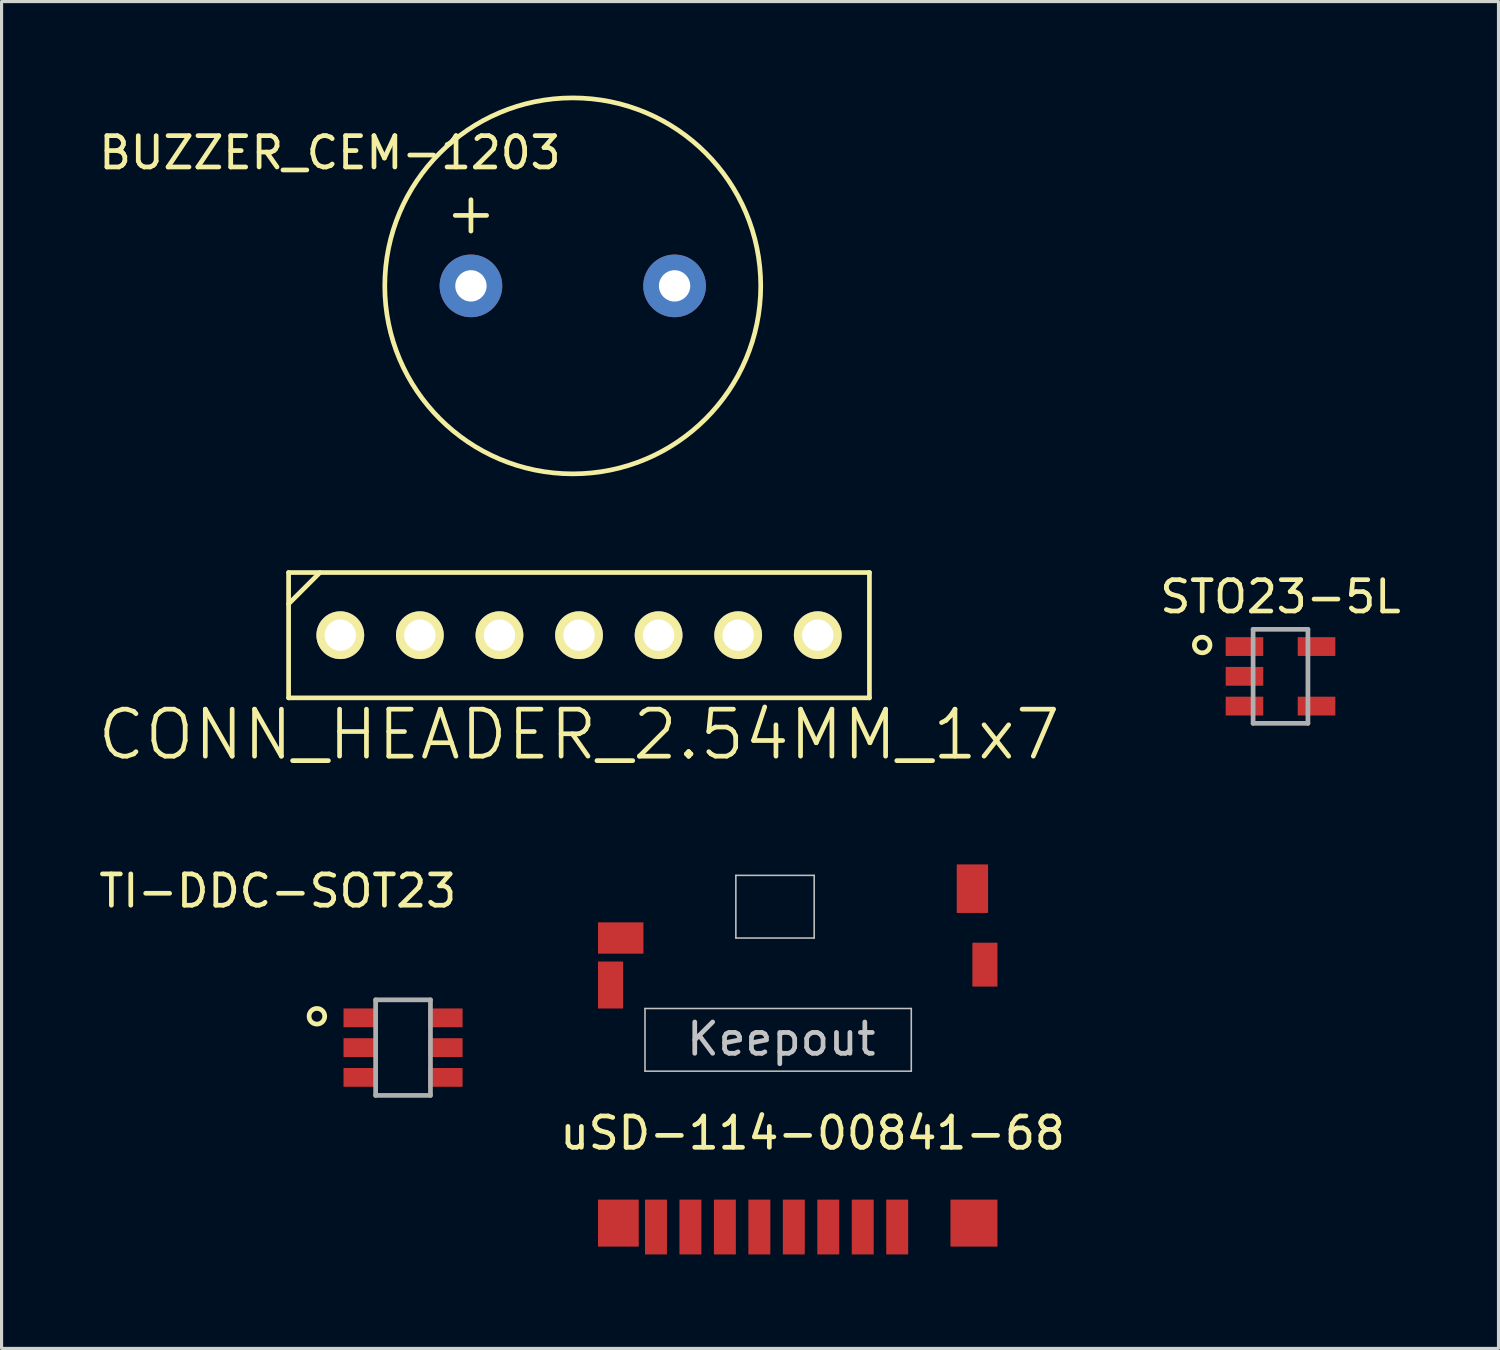
<source format=kicad_pcb>
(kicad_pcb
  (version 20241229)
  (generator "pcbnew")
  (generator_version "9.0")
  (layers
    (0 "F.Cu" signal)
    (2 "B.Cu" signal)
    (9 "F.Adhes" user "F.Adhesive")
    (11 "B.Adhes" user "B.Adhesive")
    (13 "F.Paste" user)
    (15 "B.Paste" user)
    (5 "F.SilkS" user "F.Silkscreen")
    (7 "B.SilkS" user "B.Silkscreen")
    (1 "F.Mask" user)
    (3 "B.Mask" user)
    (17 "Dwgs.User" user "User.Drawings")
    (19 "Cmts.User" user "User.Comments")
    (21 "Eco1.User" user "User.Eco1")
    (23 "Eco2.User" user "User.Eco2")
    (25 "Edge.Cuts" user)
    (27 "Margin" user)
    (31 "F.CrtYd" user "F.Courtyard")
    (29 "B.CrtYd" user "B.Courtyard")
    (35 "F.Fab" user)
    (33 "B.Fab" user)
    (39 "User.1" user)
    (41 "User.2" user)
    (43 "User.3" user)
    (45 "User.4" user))
  (footprint "CONN_HEADER_2.54MM_1x7"
    (layer "F.Cu")
    (at 15.432 17.225)
    (property "Reference" "CONN_HEADER_2.54MM_1x7" (at 0 3.175 0) (layer "F.SilkS") (effects (font (size 1.5 1.5) (thickness 0.15))))
    (attr through_hole)
    (fp_line (start -9.27 -2) (end -9.27 2) (stroke (width 0.15) (type solid)) (layer "F.SilkS"))
    (fp_line (start -9.27 2) (end 9.27 2) (stroke (width 0.15) (type solid)) (layer "F.SilkS"))
    (fp_line (start -8.27 -2) (end -9.27 -1) (stroke (width 0.15) (type solid)) (layer "F.SilkS"))
    (fp_line (start 9.27 -2) (end -9.27 -2) (stroke (width 0.15) (type solid)) (layer "F.SilkS"))
    (fp_line (start 9.27 2) (end 9.27 -2) (stroke (width 0.15) (type solid)) (layer "F.SilkS"))
    (pad "1" thru_hole circle (at -7.62 0) (size 1.524 1.524) (drill 1) (layers "*.Cu" "*.Mask" "F.SilkS"))
    (pad "2" thru_hole circle (at -5.08 0) (size 1.524 1.524) (drill 1) (layers "*.Cu" "*.Mask" "F.SilkS"))
    (pad "3" thru_hole circle (at -2.54 0) (size 1.524 1.524) (drill 1) (layers "*.Cu" "*.Mask" "F.SilkS"))
    (pad "4" thru_hole circle (at 0 0) (size 1.524 1.524) (drill 1) (layers "*.Cu" "*.Mask" "F.SilkS"))
    (pad "5" thru_hole circle (at 2.54 0) (size 1.524 1.524) (drill 1) (layers "*.Cu" "*.Mask" "F.SilkS"))
    (pad "6" thru_hole circle (at 5.08 0) (size 1.524 1.524) (drill 1) (layers "*.Cu" "*.Mask" "F.SilkS"))
    (pad "7" thru_hole circle (at 7.62 0) (size 1.524 1.524) (drill 1) (layers "*.Cu" "*.Mask" "F.SilkS")))
  (footprint "TI-DDC-SOT23"
    (layer "F.Cu")
    (at 9.815 30.389)
    (property "Reference" "TI-DDC-SOT23" (at -4 -5 0) (layer "F.SilkS") (effects (font (size 1 1) (thickness 0.15))))
    (attr through_hole)
    (fp_circle (center -2.75 -1) (end -3 -1) (stroke (width 0.15) (type solid)) (fill no) (layer "F.SilkS"))
    (fp_line (start -0.875 -1.525) (end 0.875 -1.525) (stroke (width 0.15) (type solid)) (layer "F.Fab"))
    (fp_line (start -0.875 1.525) (end -0.875 -1.525) (stroke (width 0.15) (type solid)) (layer "F.Fab"))
    (fp_line (start 0.875 -1.525) (end 0.875 1.525) (stroke (width 0.15) (type solid)) (layer "F.Fab"))
    (fp_line (start 0.875 1.525) (end -0.875 1.525) (stroke (width 0.15) (type solid)) (layer "F.Fab"))
    (pad "1" smd rect (at -1.35 -0.95) (size 1.1 0.6) (layers "F.Cu" "F.Mask" "F.Paste"))
    (pad "2" smd rect (at -1.35 0) (size 1.1 0.6) (layers "F.Cu" "F.Mask" "F.Paste"))
    (pad "3" smd rect (at -1.35 0.95) (size 1.1 0.6) (layers "F.Cu" "F.Mask" "F.Paste"))
    (pad "4" smd rect (at 1.35 0.95) (size 1.1 0.6) (layers "F.Cu" "F.Mask" "F.Paste"))
    (pad "5" smd rect (at 1.35 0) (size 1.1 0.6) (layers "F.Cu" "F.Mask" "F.Paste"))
    (pad "6" smd rect (at 1.35 -0.95) (size 1.1 0.6) (layers "F.Cu" "F.Mask" "F.Paste")))
  (footprint "BUZZER_CEM-1203"
    (layer "F.Cu")
    (at 15.232 6.075)
    (property "Reference" "BUZZER_CEM-1203" (at -7.75 -4.25 0) (layer "F.SilkS") (effects (font (size 1 1) (thickness 0.15))))
    (attr through_hole)
    (fp_line (start -3.75 -2.25) (end -2.75 -2.25) (stroke (width 0.15) (type solid)) (layer "F.SilkS"))
    (fp_line (start -3.25 -1.75) (end -3.25 -2.75) (stroke (width 0.15) (type solid)) (layer "F.SilkS"))
    (fp_circle (center 0 0) (end 6 0) (stroke (width 0.15) (type solid)) (fill no) (layer "F.SilkS"))
    (pad "1" thru_hole circle (at -3.25 0) (size 2 2) (drill 1) (layers "*.Cu" "*.Mask"))
    (pad "2" thru_hole circle (at 3.25 0) (size 2 2) (drill 1) (layers "*.Cu" "*.Mask")))
  (footprint "STO23-5L"
    (layer "F.Cu")
    (at 37.823 18.538)
    (property "Reference" "STO23-5L" (at 0 -2.54 0) (layer "F.SilkS") (effects (font (size 1 1) (thickness 0.15))))
    (attr through_hole)
    (fp_circle (center -2.5 -1) (end -2.75 -1) (stroke (width 0.15) (type solid)) (fill no) (layer "F.SilkS"))
    (fp_line (start -0.875 -1.5) (end -0.875 1.5) (stroke (width 0.15) (type solid)) (layer "F.Fab"))
    (fp_line (start -0.875 -1.5) (end 0.875 -1.5) (stroke (width 0.15) (type solid)) (layer "F.Fab"))
    (fp_line (start -0.875 1.5) (end 0.875 1.5) (stroke (width 0.15) (type solid)) (layer "F.Fab"))
    (fp_line (start 0.875 1.5) (end 0.875 -1.5) (stroke (width 0.15) (type solid)) (layer "F.Fab"))
    (pad "1" smd rect (at -1.15 -0.95) (size 1.2 0.6) (layers "F.Cu" "F.Mask" "F.Paste"))
    (pad "2" smd rect (at -1.15 0) (size 1.2 0.6) (layers "F.Cu" "F.Mask" "F.Paste"))
    (pad "3" smd rect (at -1.15 0.95) (size 1.2 0.6) (layers "F.Cu" "F.Mask" "F.Paste"))
    (pad "4" smd rect (at 1.15 0.95) (size 1.2 0.6) (layers "F.Cu" "F.Mask" "F.Paste"))
    (pad "5" smd rect (at 1.15 -0.95) (size 1.2 0.6) (layers "F.Cu" "F.Mask" "F.Paste")))
  (footprint "uSD-114-00841-68"
    (layer "F.Cu")
    (at 17.888 36.116)
    (property "Reference" "uSD-114-00841-68" (at 5 -3 0) (layer "F.SilkS") (effects (font (size 1 1) (thickness 0.15))))
    (attr through_hole)
    (fp_line (start -0.35 -6.975) (end -0.35 -4.975) (stroke (width 0.05) (type solid)) (layer "Dwgs.User"))
    (fp_line (start -0.35 -6.975) (end 8.15 -6.975) (stroke (width 0.05) (type solid)) (layer "Dwgs.User"))
    (fp_line (start -0.35 -4.975) (end 8.15 -4.975) (stroke (width 0.05) (type solid)) (layer "Dwgs.User"))
    (fp_line (start 2.55 -11.225) (end 2.55 -9.225) (stroke (width 0.05) (type solid)) (layer "Dwgs.User"))
    (fp_line (start 2.55 -9.225) (end 5.05 -9.225) (stroke (width 0.05) (type solid)) (layer "Dwgs.User"))
    (fp_line (start 5.05 -11.225) (end 2.55 -11.225) (stroke (width 0.05) (type solid)) (layer "Dwgs.User"))
    (fp_line (start 5.05 -9.225) (end 5.05 -11.225) (stroke (width 0.05) (type solid)) (layer "Dwgs.User"))
    (fp_line (start 8.15 -6.975) (end 8.15 -4.975) (stroke (width 0.05) (type solid)) (layer "Dwgs.User"))
    (fp_text user "Keepout" (at 4 -6 0) (layer "Dwgs.User") (effects (font (size 1 1) (thickness 0.15))))
    (pad "1" smd rect (at 7.7 0) (size 0.7 1.75) (layers "F.Cu" "F.Mask" "F.Paste"))
    (pad "2" smd rect (at 6.6 0) (size 0.7 1.75) (layers "F.Cu" "F.Mask" "F.Paste"))
    (pad "3" smd rect (at 5.5 0) (size 0.7 1.75) (layers "F.Cu" "F.Mask" "F.Paste"))
    (pad "4" smd rect (at 4.4 0) (size 0.7 1.75) (layers "F.Cu" "F.Mask" "F.Paste"))
    (pad "5" smd rect (at 3.3 0) (size 0.7 1.75) (layers "F.Cu" "F.Mask" "F.Paste"))
    (pad "6" smd rect (at 2.2 0) (size 0.7 1.75) (layers "F.Cu" "F.Mask" "F.Paste"))
    (pad "7" smd rect (at 1.1 0) (size 0.7 1.75) (layers "F.Cu" "F.Mask" "F.Paste"))
    (pad "8" smd rect (at 0 0) (size 0.7 1.75) (layers "F.Cu" "F.Mask" "F.Paste"))
    (pad "CD1" smd rect (at -1.125 -9.225) (size 1.45 1) (layers "F.Cu" "F.Mask" "F.Paste"))
    (pad "CD2" smd rect (at 10.1 -10.8) (size 1 1.55) (layers "F.Cu" "F.Mask" "F.Paste"))
    (pad "GND1" smd rect (at -1.2 -0.125) (size 1.3 1.5) (layers "F.Cu" "F.Mask" "F.Paste"))
    (pad "GND2" smd rect (at 10.15 -0.125) (size 1.5 1.5) (layers "F.Cu" "F.Mask" "F.Paste"))
    (pad "GND3" smd rect (at -1.45 -7.725) (size 0.8 1.5) (layers "F.Cu" "F.Mask" "F.Paste"))
    (pad "GND4" smd rect (at 10.5 -8.375) (size 0.8 1.4) (layers "F.Cu" "F.Mask" "F.Paste")))
  (gr_rect
    (start -3 -3)
    (end 44.781 39.991)
    (stroke (width 0.1) (type default))
    (fill no)
    (layer "Edge.Cuts")))
</source>
